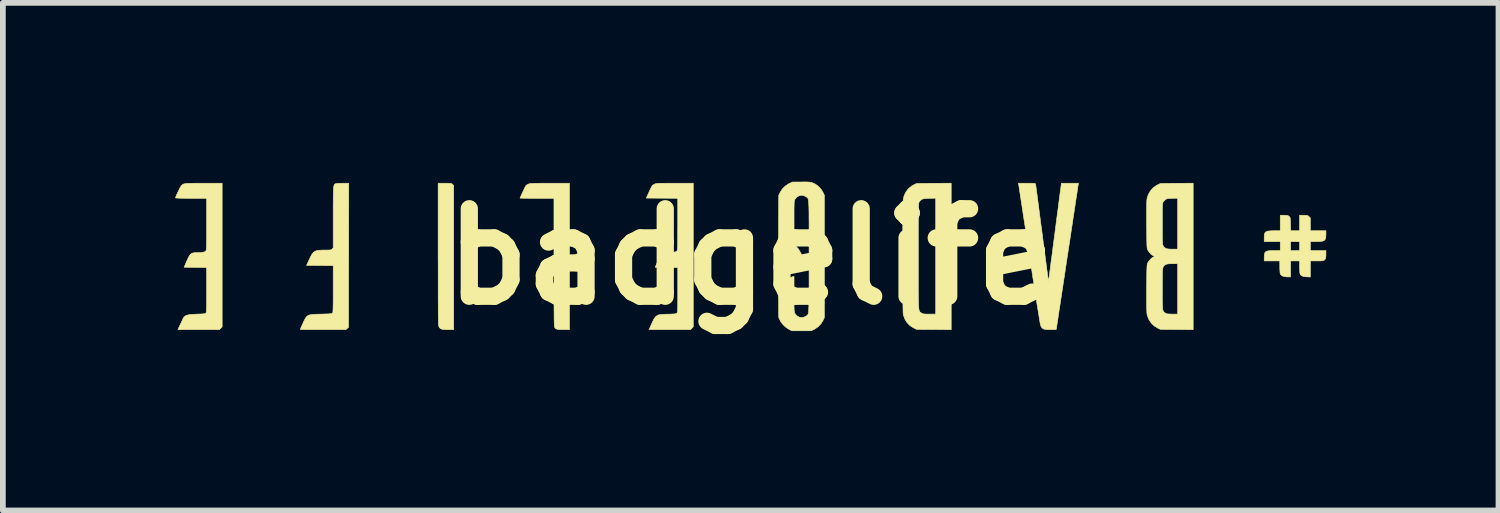
<source format=kicad_pcb>
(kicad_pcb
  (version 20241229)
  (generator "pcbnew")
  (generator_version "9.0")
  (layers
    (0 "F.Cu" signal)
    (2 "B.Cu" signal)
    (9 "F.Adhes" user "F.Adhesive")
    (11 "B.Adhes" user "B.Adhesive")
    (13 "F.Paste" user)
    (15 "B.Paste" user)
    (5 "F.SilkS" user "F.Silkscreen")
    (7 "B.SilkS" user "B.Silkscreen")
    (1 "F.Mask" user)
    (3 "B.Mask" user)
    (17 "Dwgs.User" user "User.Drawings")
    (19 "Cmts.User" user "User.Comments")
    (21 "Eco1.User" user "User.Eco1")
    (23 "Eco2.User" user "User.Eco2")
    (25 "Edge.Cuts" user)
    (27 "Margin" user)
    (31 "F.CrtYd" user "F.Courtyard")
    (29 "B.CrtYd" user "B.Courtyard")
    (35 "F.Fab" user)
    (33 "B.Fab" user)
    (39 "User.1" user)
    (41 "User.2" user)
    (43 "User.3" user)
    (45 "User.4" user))
  (footprint "badgelife"
    (layer "F.Cu")
    (at 10.018 1.418)
    (property "Reference" "badgelife" (at 0 0 180) (layer "F.SilkS") (effects (font (size 1.524 1.524) (thickness 0.3))))
    (attr through_hole)
    (fp_poly (pts (xy -5.321 1.269) (xy -5.359 1.266) (xy -5.386 1.259) (xy -5.405 1.248) (xy -5.419 1.233) (xy -5.427 1.218) (xy -5.429 1.213) (xy -5.431 1.206) (xy -5.432 1.196) (xy -5.433 1.183) (xy -5.435 1.164) (xy -5.436 1.141) (xy -5.437 1.111) (xy -5.437 1.075) (xy -5.438 1.031) (xy -5.439 0.979) (xy -5.439 0.917) (xy -5.439 0.846) (xy -5.44 0.764) (xy -5.44 0.67) (xy -5.44 0.564) (xy -5.44 0.445) (xy -5.44 0.312) (xy -5.44 0.165) (xy -5.441 0.002) (xy -5.441 -0.044) (xy -5.441 -1.278) (xy -5.325 -1.278) (xy -5.28 -1.278) (xy -5.247 -1.277) (xy -5.226 -1.276) (xy -5.211 -1.273) (xy -5.201 -1.268) (xy -5.193 -1.26) (xy -5.19 -1.258) (xy -5.17 -1.238) (xy -5.17 1.27) (xy -5.269 1.27) (xy -5.321 1.269)) (stroke (width 0.01) (type solid)) (fill yes) (layer "F.SilkS"))
    (fp_poly (pts (xy -3.263 1.27) (xy -3.313 1.269) (xy -3.349 1.267) (xy -3.374 1.262) (xy -3.392 1.254) (xy -3.405 1.242) (xy -3.415 1.225) (xy -3.416 1.223) (xy -3.417 1.215) (xy -3.418 1.197) (xy -3.42 1.167) (xy -3.421 1.126) (xy -3.422 1.073) (xy -3.422 1.007) (xy -3.423 0.929) (xy -3.424 0.837) (xy -3.424 0.731) (xy -3.424 0.611) (xy -3.425 0.476) (xy -3.425 0.326) (xy -3.425 0.16) (xy -3.425 0.095) (xy -3.425 -1.016) (xy -3.72 -1.016) (xy -3.788 -1.016) (xy -3.85 -1.016) (xy -3.905 -1.017) (xy -3.95 -1.017) (xy -3.985 -1.018) (xy -4.007 -1.018) (xy -4.015 -1.019) (xy -4.012 -1.028) (xy -4.003 -1.049) (xy -3.99 -1.079) (xy -3.974 -1.112) (xy -3.958 -1.148) (xy -3.942 -1.181) (xy -3.929 -1.209) (xy -3.919 -1.228) (xy -3.915 -1.235) (xy -3.901 -1.247) (xy -3.879 -1.259) (xy -3.871 -1.263) (xy -3.862 -1.267) (xy -3.851 -1.27) (xy -3.837 -1.272) (xy -3.818 -1.274) (xy -3.792 -1.275) (xy -3.759 -1.276) (xy -3.715 -1.277) (xy -3.66 -1.278) (xy -3.592 -1.278) (xy -3.51 -1.278) (xy -3.497 -1.278) (xy -3.155 -1.278) (xy -3.155 1.27) (xy -3.263 1.27)) (stroke (width 0.01) (type solid)) (fill yes) (layer "F.SilkS"))
    (fp_poly (pts (xy -7.523 1.27) (xy -7.597 1.27) (xy -7.664 1.269) (xy -7.722 1.269) (xy -7.771 1.269) (xy -7.808 1.268) (xy -7.832 1.267) (xy -7.841 1.267) (xy -7.841 1.267) (xy -7.838 1.259) (xy -7.83 1.238) (xy -7.817 1.209) (xy -7.801 1.174) (xy -7.8 1.172) (xy -7.779 1.125) (xy -7.761 1.088) (xy -7.744 1.06) (xy -7.725 1.038) (xy -7.703 1.023) (xy -7.674 1.013) (xy -7.638 1.007) (xy -7.591 1.003) (xy -7.532 1.001) (xy -7.478 1) (xy -7.418 0.998) (xy -7.371 0.997) (xy -7.338 0.995) (xy -7.314 0.993) (xy -7.298 0.991) (xy -7.288 0.987) (xy -7.282 0.983) (xy -7.279 0.98) (xy -7.277 0.974) (xy -7.274 0.963) (xy -7.272 0.946) (xy -7.271 0.921) (xy -7.27 0.888) (xy -7.269 0.844) (xy -7.268 0.789) (xy -7.268 0.722) (xy -7.268 0.64) (xy -7.268 0.56) (xy -7.268 0.156) (xy -7.5 0.154) (xy -7.732 0.152) (xy -7.685 0.05) (xy -7.66 -0.003) (xy -7.638 -0.043) (xy -7.615 -0.072) (xy -7.589 -0.092) (xy -7.557 -0.104) (xy -7.517 -0.111) (xy -7.465 -0.114) (xy -7.415 -0.115) (xy -7.37 -0.115) (xy -7.338 -0.116) (xy -7.317 -0.117) (xy -7.303 -0.121) (xy -7.294 -0.126) (xy -7.286 -0.133) (xy -7.285 -0.134) (xy -7.268 -0.153) (xy -7.268 -0.683) (xy -7.268 -0.793) (xy -7.268 -0.888) (xy -7.267 -0.968) (xy -7.267 -1.036) (xy -7.266 -1.092) (xy -7.265 -1.138) (xy -7.263 -1.174) (xy -7.261 -1.202) (xy -7.258 -1.224) (xy -7.254 -1.239) (xy -7.25 -1.25) (xy -7.245 -1.258) (xy -7.238 -1.263) (xy -7.231 -1.268) (xy -7.227 -1.27) (xy -7.213 -1.273) (xy -7.187 -1.276) (xy -7.151 -1.277) (xy -7.11 -1.278) (xy -7.104 -1.278) (xy -6.997 -1.278) (xy -7.001 1.23) (xy -7.047 1.27) (xy -7.444 1.27) (xy -7.523 1.27)) (stroke (width 0.01) (type solid)) (fill yes) (layer "F.SilkS"))
    (fp_poly (pts (xy -1.754 1.235) (xy -1.726 1.171) (xy -1.702 1.12) (xy -1.681 1.08) (xy -1.66 1.051) (xy -1.638 1.031) (xy -1.613 1.017) (xy -1.581 1.009) (xy -1.542 1.005) (xy -1.493 1.002) (xy -1.447 1.001) (xy -1.394 1) (xy -1.355 0.998) (xy -1.327 0.996) (xy -1.308 0.993) (xy -1.296 0.989) (xy -1.288 0.984) (xy -1.285 0.982) (xy -1.282 0.978) (xy -1.279 0.972) (xy -1.276 0.963) (xy -1.274 0.949) (xy -1.273 0.93) (xy -1.272 0.903) (xy -1.271 0.867) (xy -1.271 0.821) (xy -1.27 0.763) (xy -1.27 0.692) (xy -1.27 0.607) (xy -1.27 0.578) (xy -1.27 0.189) (xy -1.466 0.187) (xy -1.663 0.184) (xy -1.618 0.083) (xy -1.601 0.044) (xy -1.584 0.01) (xy -1.57 -0.017) (xy -1.561 -0.033) (xy -1.559 -0.035) (xy -1.538 -0.053) (xy -1.509 -0.065) (xy -1.471 -0.071) (xy -1.42 -0.074) (xy -1.414 -0.074) (xy -1.364 -0.075) (xy -1.327 -0.08) (xy -1.301 -0.088) (xy -1.284 -0.101) (xy -1.281 -0.105) (xy -1.279 -0.111) (xy -1.277 -0.124) (xy -1.275 -0.144) (xy -1.274 -0.174) (xy -1.272 -0.213) (xy -1.272 -0.263) (xy -1.271 -0.326) (xy -1.271 -0.402) (xy -1.27 -0.492) (xy -1.27 -0.567) (xy -1.27 -1.016) (xy -1.543 -1.018) (xy -1.817 -1.02) (xy -1.775 -1.114) (xy -1.754 -1.161) (xy -1.738 -1.194) (xy -1.726 -1.218) (xy -1.715 -1.234) (xy -1.705 -1.245) (xy -1.694 -1.253) (xy -1.679 -1.26) (xy -1.677 -1.261) (xy -1.668 -1.265) (xy -1.658 -1.269) (xy -1.645 -1.272) (xy -1.629 -1.274) (xy -1.607 -1.276) (xy -1.578 -1.277) (xy -1.541 -1.277) (xy -1.492 -1.278) (xy -1.431 -1.278) (xy -1.356 -1.278) (xy -1.321 -1.278) (xy -1 -1.278) (xy -1 1.222) (xy -1.024 1.246) (xy -1.048 1.27) (xy -1.769 1.27) (xy -1.754 1.235)) (stroke (width 0.01) (type solid)) (fill yes) (layer "F.SilkS"))
    (fp_poly (pts (xy -9.938 1.198) (xy -9.921 1.163) (xy -9.905 1.129) (xy -9.893 1.102) (xy -9.89 1.094) (xy -9.876 1.067) (xy -9.86 1.046) (xy -9.841 1.03) (xy -9.814 1.019) (xy -9.78 1.011) (xy -9.734 1.005) (xy -9.675 1.002) (xy -9.641 1) (xy -9.588 0.999) (xy -9.55 0.997) (xy -9.522 0.994) (xy -9.504 0.992) (xy -9.493 0.988) (xy -9.486 0.983) (xy -9.483 0.98) (xy -9.481 0.973) (xy -9.478 0.962) (xy -9.476 0.945) (xy -9.475 0.92) (xy -9.474 0.886) (xy -9.473 0.842) (xy -9.472 0.787) (xy -9.472 0.718) (xy -9.472 0.635) (xy -9.472 0.576) (xy -9.472 0.189) (xy -9.863 0.184) (xy -9.818 0.079) (xy -9.795 0.028) (xy -9.776 -0.01) (xy -9.757 -0.036) (xy -9.737 -0.054) (xy -9.712 -0.064) (xy -9.68 -0.069) (xy -9.638 -0.072) (xy -9.628 -0.072) (xy -9.581 -0.073) (xy -9.547 -0.076) (xy -9.524 -0.079) (xy -9.508 -0.084) (xy -9.496 -0.092) (xy -9.488 -0.099) (xy -9.484 -0.102) (xy -9.481 -0.108) (xy -9.479 -0.115) (xy -9.477 -0.127) (xy -9.475 -0.144) (xy -9.474 -0.167) (xy -9.473 -0.198) (xy -9.473 -0.239) (xy -9.472 -0.289) (xy -9.472 -0.352) (xy -9.472 -0.428) (xy -9.472 -0.518) (xy -9.472 -0.565) (xy -9.472 -1.016) (xy -9.742 -1.016) (xy -9.826 -1.016) (xy -9.894 -1.017) (xy -9.947 -1.018) (xy -9.985 -1.02) (xy -10.007 -1.022) (xy -10.013 -1.024) (xy -10.009 -1.038) (xy -9.999 -1.062) (xy -9.986 -1.093) (xy -9.969 -1.128) (xy -9.952 -1.164) (xy -9.936 -1.196) (xy -9.922 -1.221) (xy -9.913 -1.235) (xy -9.912 -1.236) (xy -9.902 -1.246) (xy -9.892 -1.254) (xy -9.88 -1.261) (xy -9.865 -1.267) (xy -9.844 -1.271) (xy -9.817 -1.274) (xy -9.782 -1.276) (xy -9.737 -1.277) (xy -9.68 -1.278) (xy -9.61 -1.278) (xy -9.526 -1.278) (xy -9.201 -1.278) (xy -9.201 1.222) (xy -9.225 1.246) (xy -9.249 1.27) (xy -9.971 1.27) (xy -9.938 1.198)) (stroke (width 0.01) (type solid)) (fill yes) (layer "F.SilkS"))
    (fp_poly (pts (xy 3.189 1.268) (xy 2.888 1.266) (xy 2.834 1.239) (xy 2.773 1.201) (xy 2.723 1.15) (xy 2.685 1.09) (xy 2.66 1.022) (xy 2.654 0.994) (xy 2.653 0.978) (xy 2.652 0.948) (xy 2.651 0.903) (xy 2.65 0.846) (xy 2.649 0.778) (xy 2.649 0.7) (xy 2.648 0.612) (xy 2.648 0.518) (xy 2.647 0.417) (xy 2.647 0.311) (xy 2.647 0.202) (xy 2.647 0.091) (xy 2.647 -0.022) (xy 2.647 -0.135) (xy 2.647 -0.246) (xy 2.647 -0.354) (xy 2.647 -0.458) (xy 2.648 -0.557) (xy 2.648 -0.65) (xy 2.649 -0.734) (xy 2.65 -0.81) (xy 2.651 -0.875) (xy 2.652 -0.928) (xy 2.653 -0.968) (xy 2.654 -0.995) (xy 2.655 -1.004) (xy 2.674 -1.072) (xy 2.707 -1.135) (xy 2.752 -1.19) (xy 2.808 -1.234) (xy 2.841 -1.252) (xy 2.888 -1.274) (xy 3.189 -1.277) (xy 3.49 -1.279) (xy 3.49 1) (xy 3.22 1) (xy 3.22 -1.018) (xy 3.111 -1.015) (xy 3.065 -1.013) (xy 3.031 -1.011) (xy 3.007 -1.007) (xy 2.989 -1.002) (xy 2.975 -0.996) (xy 2.952 -0.977) (xy 2.933 -0.953) (xy 2.932 -0.951) (xy 2.93 -0.946) (xy 2.928 -0.94) (xy 2.926 -0.931) (xy 2.924 -0.92) (xy 2.923 -0.905) (xy 2.922 -0.885) (xy 2.92 -0.859) (xy 2.92 -0.827) (xy 2.919 -0.787) (xy 2.918 -0.738) (xy 2.918 -0.68) (xy 2.918 -0.612) (xy 2.917 -0.532) (xy 2.917 -0.44) (xy 2.917 -0.335) (xy 2.917 -0.216) (xy 2.917 -0.081) (xy 2.917 -0.008) (xy 2.917 0.137) (xy 2.917 0.266) (xy 2.917 0.381) (xy 2.917 0.483) (xy 2.917 0.571) (xy 2.918 0.648) (xy 2.918 0.714) (xy 2.919 0.769) (xy 2.921 0.816) (xy 2.922 0.854) (xy 2.925 0.885) (xy 2.927 0.909) (xy 2.931 0.928) (xy 2.935 0.942) (xy 2.939 0.953) (xy 2.944 0.961) (xy 2.95 0.966) (xy 2.957 0.971) (xy 2.965 0.976) (xy 2.973 0.981) (xy 2.986 0.989) (xy 3 0.994) (xy 3.017 0.997) (xy 3.042 0.999) (xy 3.078 1) (xy 3.111 1) (xy 3.22 1) (xy 3.49 1) (xy 3.49 1.271) (xy 3.189 1.268)) (stroke (width 0.01) (type solid)) (fill yes) (layer "F.SilkS"))
    (fp_poly (pts (xy 9.677 0.351) (xy 9.628 0.346) (xy 9.593 0.334) (xy 9.571 0.315) (xy 9.561 0.294) (xy 9.559 0.279) (xy 9.557 0.25) (xy 9.555 0.214) (xy 9.554 0.174) (xy 9.554 0.074) (xy 9.398 0.074) (xy 9.398 0.352) (xy 9.343 0.352) (xy 9.292 0.348) (xy 9.253 0.335) (xy 9.226 0.313) (xy 9.22 0.303) (xy 9.215 0.284) (xy 9.212 0.249) (xy 9.21 0.202) (xy 9.21 0.178) (xy 9.21 0.074) (xy 8.939 0.074) (xy 8.939 0.012) (xy 8.94 -0.028) (xy 8.946 -0.057) (xy 8.957 -0.079) (xy 8.976 -0.093) (xy 9.005 -0.101) (xy 9.047 -0.105) (xy 9.102 -0.107) (xy 9.111 -0.107) (xy 9.218 -0.107) (xy 9.218 -0.262) (xy 8.939 -0.262) (xy 8.939 -0.328) (xy 8.94 -0.369) (xy 8.945 -0.4) (xy 8.956 -0.422) (xy 8.975 -0.436) (xy 9.003 -0.445) (xy 9.044 -0.449) (xy 9.098 -0.451) (xy 9.111 -0.451) (xy 9.218 -0.451) (xy 9.218 -0.721) (xy 9.283 -0.721) (xy 9.317 -0.72) (xy 9.34 -0.718) (xy 9.356 -0.712) (xy 9.369 -0.703) (xy 9.371 -0.701) (xy 9.38 -0.693) (xy 9.386 -0.685) (xy 9.391 -0.673) (xy 9.393 -0.655) (xy 9.395 -0.628) (xy 9.396 -0.589) (xy 9.397 -0.566) (xy 9.399 -0.451) (xy 9.554 -0.451) (xy 9.554 -0.721) (xy 9.624 -0.721) (xy 9.659 -0.721) (xy 9.681 -0.719) (xy 9.696 -0.715) (xy 9.708 -0.706) (xy 9.718 -0.697) (xy 9.742 -0.673) (xy 9.742 -0.451) (xy 10.013 -0.451) (xy 10.013 -0.383) (xy 10.011 -0.343) (xy 10.006 -0.313) (xy 9.994 -0.292) (xy 9.974 -0.277) (xy 9.945 -0.268) (xy 9.903 -0.264) (xy 9.847 -0.262) (xy 9.834 -0.262) (xy 9.742 -0.262) (xy 9.742 -0.107) (xy 9.554 -0.107) (xy 9.554 -0.262) (xy 9.398 -0.262) (xy 9.398 -0.107) (xy 9.554 -0.107) (xy 9.742 -0.107) (xy 10.013 -0.107) (xy 10.013 -0.036) (xy 10.012 -0.002) (xy 10.01 0.021) (xy 10.006 0.035) (xy 9.998 0.046) (xy 9.991 0.054) (xy 9.981 0.062) (xy 9.971 0.067) (xy 9.958 0.071) (xy 9.937 0.073) (xy 9.907 0.074) (xy 9.864 0.074) (xy 9.856 0.074) (xy 9.742 0.074) (xy 9.742 0.354) (xy 9.677 0.351)) (stroke (width 0.01) (type solid)) (fill yes) (layer "F.SilkS"))
    (fp_poly (pts (xy 5.162 1.269) (xy 5.122 1.265) (xy 5.093 1.256) (xy 5.073 1.242) (xy 5.058 1.221) (xy 5.045 1.192) (xy 5.043 1.179) (xy 5.037 1.151) (xy 5.03 1.109) (xy 5.021 1.053) (xy 5.01 0.985) (xy 4.997 0.905) (xy 4.982 0.815) (xy 4.967 0.715) (xy 4.95 0.606) (xy 4.932 0.49) (xy 4.912 0.367) (xy 4.893 0.238) (xy 4.872 0.104) (xy 4.851 -0.035) (xy 4.851 -0.037) (xy 4.83 -0.175) (xy 4.809 -0.308) (xy 4.79 -0.437) (xy 4.771 -0.56) (xy 4.753 -0.675) (xy 4.737 -0.783) (xy 4.722 -0.882) (xy 4.708 -0.971) (xy 4.696 -1.05) (xy 4.686 -1.117) (xy 4.677 -1.172) (xy 4.671 -1.213) (xy 4.667 -1.24) (xy 4.665 -1.251) (xy 4.665 -1.252) (xy 4.66 -1.278) (xy 4.808 -1.278) (xy 4.86 -1.278) (xy 4.899 -1.278) (xy 4.925 -1.277) (xy 4.942 -1.275) (xy 4.952 -1.272) (xy 4.957 -1.268) (xy 4.959 -1.262) (xy 4.959 -1.26) (xy 4.961 -1.249) (xy 4.965 -1.224) (xy 4.97 -1.184) (xy 4.977 -1.131) (xy 4.986 -1.067) (xy 4.996 -0.991) (xy 5.007 -0.907) (xy 5.019 -0.813) (xy 5.032 -0.712) (xy 5.046 -0.605) (xy 5.061 -0.493) (xy 5.073 -0.403) (xy 5.088 -0.288) (xy 5.102 -0.177) (xy 5.116 -0.073) (xy 5.129 0.024) (xy 5.141 0.114) (xy 5.151 0.194) (xy 5.161 0.265) (xy 5.169 0.324) (xy 5.175 0.371) (xy 5.18 0.405) (xy 5.183 0.424) (xy 5.184 0.429) (xy 5.185 0.42) (xy 5.189 0.396) (xy 5.194 0.358) (xy 5.201 0.307) (xy 5.209 0.244) (xy 5.219 0.17) (xy 5.229 0.087) (xy 5.242 -0.005) (xy 5.255 -0.105) (xy 5.268 -0.211) (xy 5.283 -0.322) (xy 5.293 -0.397) (xy 5.308 -0.512) (xy 5.322 -0.623) (xy 5.336 -0.728) (xy 5.349 -0.826) (xy 5.361 -0.918) (xy 5.371 -1) (xy 5.381 -1.073) (xy 5.389 -1.134) (xy 5.396 -1.184) (xy 5.401 -1.22) (xy 5.403 -1.242) (xy 5.404 -1.247) (xy 5.409 -1.278) (xy 5.705 -1.278) (xy 5.7 -1.247) (xy 5.698 -1.236) (xy 5.694 -1.209) (xy 5.688 -1.168) (xy 5.68 -1.113) (xy 5.669 -1.046) (xy 5.657 -0.967) (xy 5.644 -0.878) (xy 5.629 -0.778) (xy 5.612 -0.67) (xy 5.595 -0.554) (xy 5.576 -0.431) (xy 5.557 -0.301) (xy 5.536 -0.166) (xy 5.515 -0.027) (xy 5.51 0.004) (xy 5.489 0.144) (xy 5.469 0.279) (xy 5.449 0.41) (xy 5.43 0.534) (xy 5.412 0.651) (xy 5.396 0.761) (xy 5.38 0.862) (xy 5.366 0.953) (xy 5.354 1.034) (xy 5.344 1.103) (xy 5.335 1.159) (xy 5.328 1.203) (xy 5.324 1.232) (xy 5.321 1.246) (xy 5.321 1.247) (xy 5.316 1.27) (xy 5.216 1.27) (xy 5.162 1.269)) (stroke (width 0.01) (type solid)) (fill yes) (layer "F.SilkS"))
    (fp_poly (pts (xy 7.417 1.268) (xy 7.132 1.266) (xy 7.086 1.244) (xy 7.024 1.206) (xy 6.973 1.157) (xy 6.933 1.098) (xy 6.906 1.031) (xy 6.899 1.003) (xy 6.897 0.983) (xy 6.895 0.951) (xy 6.893 0.906) (xy 6.892 0.847) (xy 6.892 0.774) (xy 6.892 0.686) (xy 6.892 0.583) (xy 6.892 0.549) (xy 6.893 0.456) (xy 6.894 0.378) (xy 6.894 0.314) (xy 6.895 0.261) (xy 6.896 0.22) (xy 6.898 0.187) (xy 6.899 0.162) (xy 6.901 0.144) (xy 6.903 0.13) (xy 6.906 0.12) (xy 6.909 0.112) (xy 6.929 0.079) (xy 6.956 0.047) (xy 6.984 0.021) (xy 7.007 0.008) (xy 7.032 -0.003) (xy 7.004 -0.017) (xy 6.97 -0.041) (xy 6.939 -0.075) (xy 6.913 -0.113) (xy 6.909 -0.121) (xy 6.906 -0.129) (xy 6.903 -0.14) (xy 6.901 -0.154) (xy 6.899 -0.173) (xy 6.897 -0.199) (xy 6.896 -0.233) (xy 6.895 -0.276) (xy 6.894 -0.33) (xy 6.894 -0.397) (xy 6.893 -0.477) (xy 6.892 -0.557) (xy 6.892 -0.665) (xy 6.892 -0.758) (xy 6.892 -0.835) (xy 6.893 -0.898) (xy 6.894 -0.947) (xy 6.896 -0.983) (xy 6.898 -1.007) (xy 6.899 -1.012) (xy 6.921 -1.081) (xy 6.956 -1.143) (xy 7.003 -1.197) (xy 7.061 -1.239) (xy 7.086 -1.252) (xy 7.132 -1.274) (xy 7.417 -1.277) (xy 7.702 -1.279) (xy 7.702 -1.018) (xy 7.432 -1.018) (xy 7.338 -1.015) (xy 7.295 -1.013) (xy 7.265 -1.01) (xy 7.245 -1.007) (xy 7.23 -1.001) (xy 7.222 -0.995) (xy 7.2 -0.975) (xy 7.182 -0.955) (xy 7.178 -0.95) (xy 7.175 -0.943) (xy 7.172 -0.933) (xy 7.17 -0.92) (xy 7.168 -0.901) (xy 7.167 -0.876) (xy 7.166 -0.841) (xy 7.166 -0.797) (xy 7.165 -0.741) (xy 7.165 -0.672) (xy 7.165 -0.588) (xy 7.165 -0.575) (xy 7.165 -0.488) (xy 7.165 -0.417) (xy 7.166 -0.358) (xy 7.166 -0.312) (xy 7.167 -0.275) (xy 7.169 -0.248) (xy 7.17 -0.227) (xy 7.172 -0.212) (xy 7.175 -0.202) (xy 7.178 -0.193) (xy 7.18 -0.19) (xy 7.196 -0.167) (xy 7.215 -0.15) (xy 7.24 -0.139) (xy 7.275 -0.133) (xy 7.323 -0.131) (xy 7.339 -0.131) (xy 7.432 -0.131) (xy 7.432 -1.018) (xy 7.702 -1.018) (xy 7.702 0.123) (xy 7.432 0.123) (xy 7.339 0.123) (xy 7.297 0.123) (xy 7.267 0.125) (xy 7.245 0.129) (xy 7.229 0.134) (xy 7.221 0.139) (xy 7.208 0.147) (xy 7.197 0.155) (xy 7.189 0.164) (xy 7.182 0.176) (xy 7.176 0.193) (xy 7.172 0.215) (xy 7.169 0.244) (xy 7.167 0.283) (xy 7.166 0.332) (xy 7.166 0.392) (xy 7.165 0.466) (xy 7.165 0.554) (xy 7.165 0.566) (xy 7.165 0.655) (xy 7.165 0.729) (xy 7.166 0.79) (xy 7.167 0.839) (xy 7.169 0.877) (xy 7.171 0.907) (xy 7.175 0.929) (xy 7.18 0.945) (xy 7.187 0.957) (xy 7.195 0.966) (xy 7.205 0.974) (xy 7.218 0.981) (xy 7.221 0.984) (xy 7.236 0.991) (xy 7.253 0.996) (xy 7.278 0.998) (xy 7.313 0.999) (xy 7.339 1) (xy 7.432 1) (xy 7.432 0.123) (xy 7.702 0.123) (xy 7.702 1.271) (xy 7.417 1.268)) (stroke (width 0.01) (type solid)) (fill yes) (layer "F.SilkS"))
    (fp_poly (pts (xy 0.668 1.266) (xy 0.614 1.231) (xy 0.565 1.186) (xy 0.525 1.135) (xy 0.512 1.11) (xy 0.488 1.061) (xy 0.485 0.791) (xy 0.484 0.709) (xy 0.484 0.643) (xy 0.485 0.589) (xy 0.487 0.546) (xy 0.491 0.513) (xy 0.499 0.487) (xy 0.509 0.467) (xy 0.524 0.451) (xy 0.543 0.437) (xy 0.567 0.424) (xy 0.597 0.409) (xy 0.615 0.4) (xy 0.652 0.382) (xy 0.687 0.366) (xy 0.714 0.354) (xy 0.731 0.348) (xy 0.731 0.348) (xy 0.754 0.342) (xy 0.754 0.653) (xy 0.754 0.732) (xy 0.754 0.797) (xy 0.754 0.849) (xy 0.755 0.889) (xy 0.756 0.92) (xy 0.758 0.943) (xy 0.76 0.96) (xy 0.762 0.972) (xy 0.765 0.981) (xy 0.77 0.989) (xy 0.771 0.991) (xy 0.802 1.028) (xy 0.84 1.051) (xy 0.882 1.06) (xy 0.925 1.053) (xy 0.968 1.032) (xy 0.975 1.027) (xy 0.981 1.023) (xy 0.987 1.018) (xy 0.992 1.012) (xy 0.997 1.004) (xy 1 0.993) (xy 1.004 0.978) (xy 1.007 0.959) (xy 1.009 0.933) (xy 1.011 0.902) (xy 1.012 0.862) (xy 1.014 0.815) (xy 1.014 0.758) (xy 1.015 0.692) (xy 1.016 0.614) (xy 1.016 0.525) (xy 1.016 0.423) (xy 1.016 0.308) (xy 1.016 0.178) (xy 1.016 0.032) (xy 1.016 -0.004) (xy 1.016 -0.153) (xy 1.016 -0.286) (xy 1.016 -0.405) (xy 1.016 -0.51) (xy 1.016 -0.603) (xy 1.015 -0.683) (xy 1.015 -0.752) (xy 1.014 -0.811) (xy 1.013 -0.86) (xy 1.011 -0.901) (xy 1.009 -0.935) (xy 1.007 -0.961) (xy 1.004 -0.982) (xy 1.001 -0.998) (xy 0.998 -1.01) (xy 0.993 -1.019) (xy 0.988 -1.025) (xy 0.983 -1.03) (xy 0.977 -1.034) (xy 0.97 -1.039) (xy 0.968 -1.04) (xy 0.925 -1.062) (xy 0.881 -1.068) (xy 0.839 -1.059) (xy 0.802 -1.036) (xy 0.771 -0.999) (xy 0.767 -0.992) (xy 0.764 -0.984) (xy 0.761 -0.975) (xy 0.759 -0.961) (xy 0.757 -0.943) (xy 0.756 -0.918) (xy 0.755 -0.884) (xy 0.754 -0.842) (xy 0.754 -0.788) (xy 0.754 -0.722) (xy 0.754 -0.642) (xy 0.754 -0.576) (xy 0.754 -0.182) (xy 0.773 -0.177) (xy 0.793 -0.17) (xy 0.811 -0.156) (xy 0.829 -0.135) (xy 0.849 -0.103) (xy 0.873 -0.06) (xy 0.888 -0.028) (xy 0.907 0.012) (xy 0.923 0.046) (xy 0.935 0.073) (xy 0.941 0.089) (xy 0.942 0.092) (xy 0.934 0.094) (xy 0.91 0.096) (xy 0.871 0.098) (xy 0.817 0.098) (xy 0.756 0.097) (xy 0.695 0.096) (xy 0.648 0.095) (xy 0.613 0.093) (xy 0.588 0.091) (xy 0.57 0.089) (xy 0.556 0.085) (xy 0.545 0.08) (xy 0.541 0.078) (xy 0.53 0.071) (xy 0.52 0.065) (xy 0.512 0.059) (xy 0.505 0.05) (xy 0.499 0.038) (xy 0.495 0.022) (xy 0.491 -0.000259) (xy 0.489 -0.029) (xy 0.487 -0.065) (xy 0.485 -0.111) (xy 0.485 -0.167) (xy 0.484 -0.234) (xy 0.485 -0.314) (xy 0.485 -0.408) (xy 0.485 -0.517) (xy 0.485 -0.533) (xy 0.488 -1.069) (xy 0.512 -1.118) (xy 0.549 -1.177) (xy 0.599 -1.227) (xy 0.658 -1.267) (xy 0.67 -1.273) (xy 0.725 -1.299) (xy 0.877 -1.3) (xy 0.941 -1.301) (xy 0.99 -1.3) (xy 1.027 -1.297) (xy 1.053 -1.294) (xy 1.063 -1.291) (xy 1.126 -1.263) (xy 1.183 -1.22) (xy 1.23 -1.167) (xy 1.26 -1.116) (xy 1.282 -1.069) (xy 1.282 1.061) (xy 1.26 1.108) (xy 1.224 1.167) (xy 1.176 1.218) (xy 1.118 1.258) (xy 1.107 1.264) (xy 1.053 1.29) (xy 0.717 1.29) (xy 0.668 1.266)) (stroke (width 0.01) (type solid)) (fill yes) (layer "F.SilkS")))
  (gr_rect
    (start -3 -3)
    (end 23.035 5.836)
    (stroke (width 0.1) (type default))
    (fill no)
    (layer "Edge.Cuts")))
</source>
